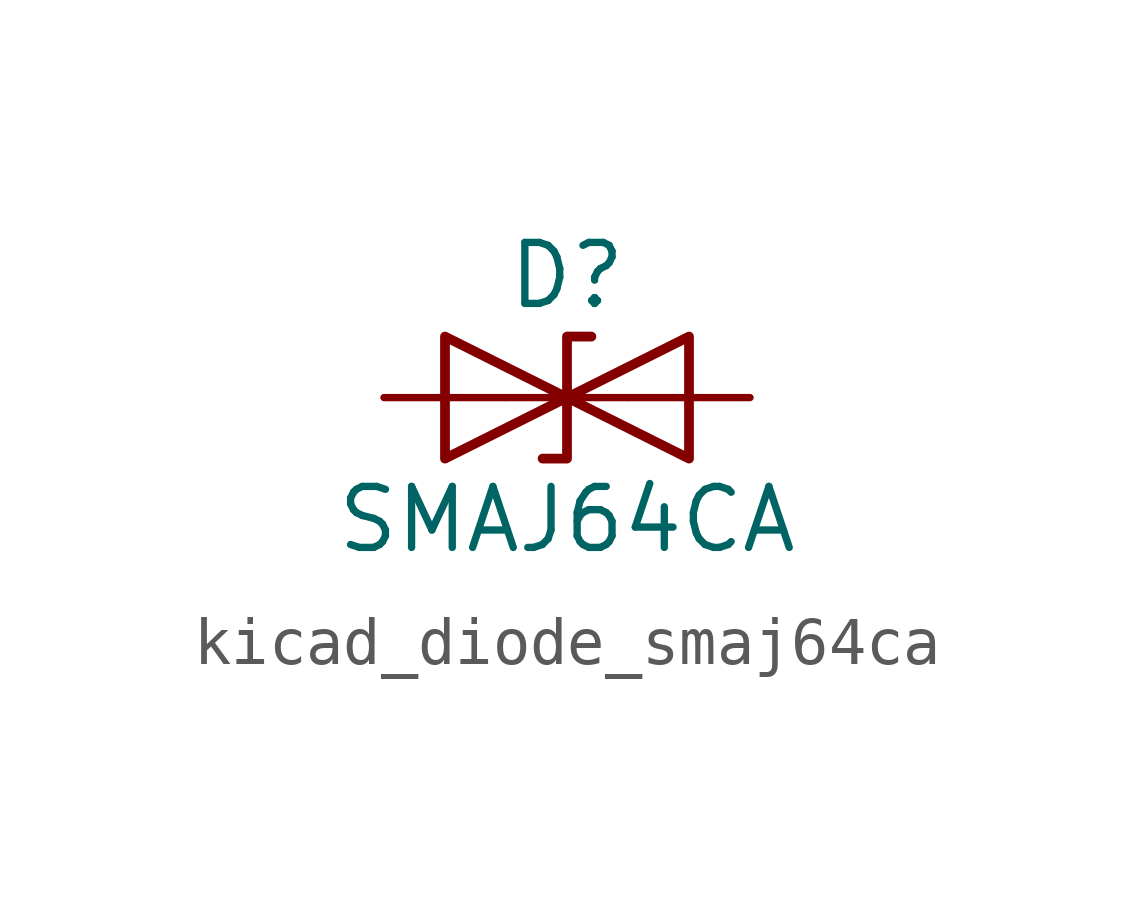
<source format=kicad_sym>
(kicad_symbol_lib
  (version 20220914)
  (generator kicad_symbol_editor)
  (symbol "kicad_diode_smaj64ca"
    (pin_numbers hide)
    (pin_names
      (offset 1.016) hide)
    (property "Reference" "D"
      (at 0 2.54 0)
      (effects (font (size 1.27 1.27))))
    (property "Value" "SMAJ64CA"
      (at 0 -2.54 0)
      (effects (font (size 1.27 1.27))))
    (symbol "kicad_diode_smaj64ca_0_1"
      (polyline (pts (xy 1.27 0) (xy -1.27 0)) (stroke (width 0) (type default)) (fill (type none)))
      (polyline (pts (xy -2.54 -1.27) (xy 0 0) (xy -2.54 1.27) (xy -2.54 -1.27)) (stroke (width 0.203) (type default)) (fill (type none)))
      (polyline (pts (xy 0.508 1.27) (xy 0 1.27) (xy 0 -1.27) (xy -0.508 -1.27)) (stroke (width 0.203) (type default)) (fill (type none)))
      (polyline (pts (xy 2.54 1.27) (xy 2.54 -1.27) (xy 0 0) (xy 2.54 1.27)) (stroke (width 0.203) (type default)) (fill (type none))))
    (symbol "kicad_diode_smaj64ca_1_1"
      (pin passive line (at -3.81 0 0) (length 2.54) (name "A1" (effects (font (size 1.27 1.27)))) (number "1" (effects (font (size 1.27 1.27)))))
      (pin passive line (at 3.81 0 180) (length 2.54) (name "A2" (effects (font (size 1.27 1.27)))) (number "2" (effects (font (size 1.27 1.27))))))))
</source>
